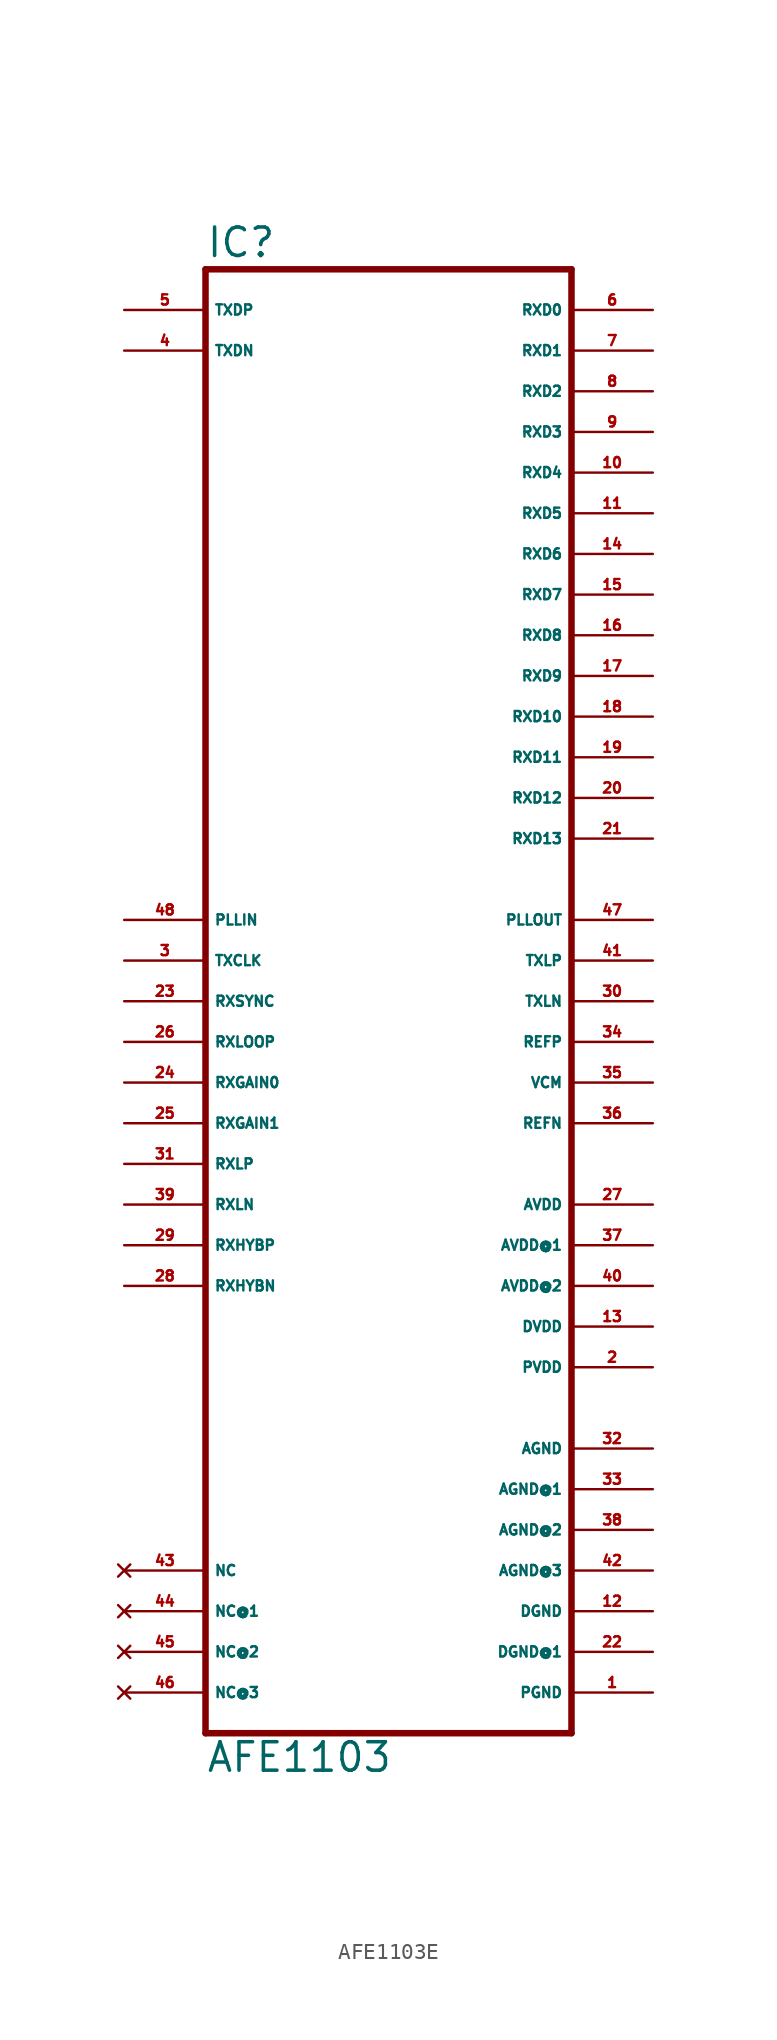
<source format=kicad_sym>
(kicad_symbol_lib
  (version 20220914)
  (generator Eagle2Kicad)
  (symbol "AFE1103E"
    (property "Reference" "IC"
      (at -12.7 46.355 0)
      (effects (font (size 1.778 1.778) (thickness 0.22)) (justify left bottom)))
    (property "Value" "AFE1103"
      (at -12.7 -48.26 0)
      (effects (font (size 1.778 1.778) (thickness 0.22)) (justify left bottom)))
    (polyline
      (pts (xy -12.7 -45.72) (xy 10.16 -45.72))
      (stroke (width 0.406) (type default))
      (fill (type none)))
    (polyline
      (pts (xy 10.16 -45.72) (xy 10.16 45.72))
      (stroke (width 0.406) (type default))
      (fill (type none)))
    (polyline
      (pts (xy 10.16 45.72) (xy -12.7 45.72))
      (stroke (width 0.406) (type default))
      (fill (type none)))
    (polyline
      (pts (xy -12.7 45.72) (xy -12.7 -45.72))
      (stroke (width 0.406) (type default))
      (fill (type none)))
    (pin input line
      (at -17.78 5.08 0)
      (length 5.08)
      (name "PLLIN" (effects (font (size 0.635 0.635) (thickness 0.08)) (justify left bottom)))
      (number "48" (effects (font (size 0.635 0.635) (thickness 0.08)) (justify left bottom))))
    (pin input line
      (at -17.78 43.18 0)
      (length 5.08)
      (name "TXDP" (effects (font (size 0.635 0.635) (thickness 0.08)) (justify left bottom)))
      (number "5" (effects (font (size 0.635 0.635) (thickness 0.08)) (justify left bottom))))
    (pin input line
      (at -17.78 40.64 0)
      (length 5.08)
      (name "TXDN" (effects (font (size 0.635 0.635) (thickness 0.08)) (justify left bottom)))
      (number "4" (effects (font (size 0.635 0.635) (thickness 0.08)) (justify left bottom))))
    (pin input line
      (at -17.78 2.54 0)
      (length 5.08)
      (name "TXCLK" (effects (font (size 0.635 0.635) (thickness 0.08)) (justify left bottom)))
      (number "3" (effects (font (size 0.635 0.635) (thickness 0.08)) (justify left bottom))))
    (pin input line
      (at -17.78 0 0)
      (length 5.08)
      (name "RXSYNC" (effects (font (size 0.635 0.635) (thickness 0.08)) (justify left bottom)))
      (number "23" (effects (font (size 0.635 0.635) (thickness 0.08)) (justify left bottom))))
    (pin input line
      (at -17.78 -2.54 0)
      (length 5.08)
      (name "RXLOOP" (effects (font (size 0.635 0.635) (thickness 0.08)) (justify left bottom)))
      (number "26" (effects (font (size 0.635 0.635) (thickness 0.08)) (justify left bottom))))
    (pin input line
      (at -17.78 -5.08 0)
      (length 5.08)
      (name "RXGAIN0" (effects (font (size 0.635 0.635) (thickness 0.08)) (justify left bottom)))
      (number "24" (effects (font (size 0.635 0.635) (thickness 0.08)) (justify left bottom))))
    (pin input line
      (at -17.78 -7.62 0)
      (length 5.08)
      (name "RXGAIN1" (effects (font (size 0.635 0.635) (thickness 0.08)) (justify left bottom)))
      (number "25" (effects (font (size 0.635 0.635) (thickness 0.08)) (justify left bottom))))
    (pin input line
      (at -17.78 -10.16 0)
      (length 5.08)
      (name "RXLP" (effects (font (size 0.635 0.635) (thickness 0.08)) (justify left bottom)))
      (number "31" (effects (font (size 0.635 0.635) (thickness 0.08)) (justify left bottom))))
    (pin input line
      (at -17.78 -12.7 0)
      (length 5.08)
      (name "RXLN" (effects (font (size 0.635 0.635) (thickness 0.08)) (justify left bottom)))
      (number "39" (effects (font (size 0.635 0.635) (thickness 0.08)) (justify left bottom))))
    (pin input line
      (at -17.78 -15.24 0)
      (length 5.08)
      (name "RXHYBP" (effects (font (size 0.635 0.635) (thickness 0.08)) (justify left bottom)))
      (number "29" (effects (font (size 0.635 0.635) (thickness 0.08)) (justify left bottom))))
    (pin input line
      (at -17.78 -17.78 0)
      (length 5.08)
      (name "RXHYBN" (effects (font (size 0.635 0.635) (thickness 0.08)) (justify left bottom)))
      (number "28" (effects (font (size 0.635 0.635) (thickness 0.08)) (justify left bottom))))
    (pin output line
      (at 15.24 43.18 180)
      (length 5.08)
      (name "RXD0" (effects (font (size 0.635 0.635) (thickness 0.08)) (justify left bottom)))
      (number "6" (effects (font (size 0.635 0.635) (thickness 0.08)) (justify left bottom))))
    (pin output line
      (at 15.24 40.64 180)
      (length 5.08)
      (name "RXD1" (effects (font (size 0.635 0.635) (thickness 0.08)) (justify left bottom)))
      (number "7" (effects (font (size 0.635 0.635) (thickness 0.08)) (justify left bottom))))
    (pin output line
      (at 15.24 38.1 180)
      (length 5.08)
      (name "RXD2" (effects (font (size 0.635 0.635) (thickness 0.08)) (justify left bottom)))
      (number "8" (effects (font (size 0.635 0.635) (thickness 0.08)) (justify left bottom))))
    (pin output line
      (at 15.24 35.56 180)
      (length 5.08)
      (name "RXD3" (effects (font (size 0.635 0.635) (thickness 0.08)) (justify left bottom)))
      (number "9" (effects (font (size 0.635 0.635) (thickness 0.08)) (justify left bottom))))
    (pin output line
      (at 15.24 33.02 180)
      (length 5.08)
      (name "RXD4" (effects (font (size 0.635 0.635) (thickness 0.08)) (justify left bottom)))
      (number "10" (effects (font (size 0.635 0.635) (thickness 0.08)) (justify left bottom))))
    (pin output line
      (at 15.24 30.48 180)
      (length 5.08)
      (name "RXD5" (effects (font (size 0.635 0.635) (thickness 0.08)) (justify left bottom)))
      (number "11" (effects (font (size 0.635 0.635) (thickness 0.08)) (justify left bottom))))
    (pin output line
      (at 15.24 27.94 180)
      (length 5.08)
      (name "RXD6" (effects (font (size 0.635 0.635) (thickness 0.08)) (justify left bottom)))
      (number "14" (effects (font (size 0.635 0.635) (thickness 0.08)) (justify left bottom))))
    (pin output line
      (at 15.24 25.4 180)
      (length 5.08)
      (name "RXD7" (effects (font (size 0.635 0.635) (thickness 0.08)) (justify left bottom)))
      (number "15" (effects (font (size 0.635 0.635) (thickness 0.08)) (justify left bottom))))
    (pin output line
      (at 15.24 22.86 180)
      (length 5.08)
      (name "RXD8" (effects (font (size 0.635 0.635) (thickness 0.08)) (justify left bottom)))
      (number "16" (effects (font (size 0.635 0.635) (thickness 0.08)) (justify left bottom))))
    (pin output line
      (at 15.24 20.32 180)
      (length 5.08)
      (name "RXD9" (effects (font (size 0.635 0.635) (thickness 0.08)) (justify left bottom)))
      (number "17" (effects (font (size 0.635 0.635) (thickness 0.08)) (justify left bottom))))
    (pin output line
      (at 15.24 17.78 180)
      (length 5.08)
      (name "RXD10" (effects (font (size 0.635 0.635) (thickness 0.08)) (justify left bottom)))
      (number "18" (effects (font (size 0.635 0.635) (thickness 0.08)) (justify left bottom))))
    (pin output line
      (at 15.24 15.24 180)
      (length 5.08)
      (name "RXD11" (effects (font (size 0.635 0.635) (thickness 0.08)) (justify left bottom)))
      (number "19" (effects (font (size 0.635 0.635) (thickness 0.08)) (justify left bottom))))
    (pin output line
      (at 15.24 12.7 180)
      (length 5.08)
      (name "RXD12" (effects (font (size 0.635 0.635) (thickness 0.08)) (justify left bottom)))
      (number "20" (effects (font (size 0.635 0.635) (thickness 0.08)) (justify left bottom))))
    (pin output line
      (at 15.24 10.16 180)
      (length 5.08)
      (name "RXD13" (effects (font (size 0.635 0.635) (thickness 0.08)) (justify left bottom)))
      (number "21" (effects (font (size 0.635 0.635) (thickness 0.08)) (justify left bottom))))
    (pin output line
      (at 15.24 5.08 180)
      (length 5.08)
      (name "PLLOUT" (effects (font (size 0.635 0.635) (thickness 0.08)) (justify left bottom)))
      (number "47" (effects (font (size 0.635 0.635) (thickness 0.08)) (justify left bottom))))
    (pin output line
      (at 15.24 2.54 180)
      (length 5.08)
      (name "TXLP" (effects (font (size 0.635 0.635) (thickness 0.08)) (justify left bottom)))
      (number "41" (effects (font (size 0.635 0.635) (thickness 0.08)) (justify left bottom))))
    (pin output line
      (at 15.24 -2.54 180)
      (length 5.08)
      (name "REFP" (effects (font (size 0.635 0.635) (thickness 0.08)) (justify left bottom)))
      (number "34" (effects (font (size 0.635 0.635) (thickness 0.08)) (justify left bottom))))
    (pin output line
      (at 15.24 0 180)
      (length 5.08)
      (name "TXLN" (effects (font (size 0.635 0.635) (thickness 0.08)) (justify left bottom)))
      (number "30" (effects (font (size 0.635 0.635) (thickness 0.08)) (justify left bottom))))
    (pin output line
      (at 15.24 -5.08 180)
      (length 5.08)
      (name "VCM" (effects (font (size 0.635 0.635) (thickness 0.08)) (justify left bottom)))
      (number "35" (effects (font (size 0.635 0.635) (thickness 0.08)) (justify left bottom))))
    (pin output line
      (at 15.24 -7.62 180)
      (length 5.08)
      (name "REFN" (effects (font (size 0.635 0.635) (thickness 0.08)) (justify left bottom)))
      (number "36" (effects (font (size 0.635 0.635) (thickness 0.08)) (justify left bottom))))
    (pin unspecified line
      (at 15.24 -12.7 180)
      (length 5.08)
      (name "AVDD" (effects (font (size 0.635 0.635) (thickness 0.08)) (justify left bottom)))
      (number "27" (effects (font (size 0.635 0.635) (thickness 0.08)) (justify left bottom))))
    (pin unspecified line
      (at 15.24 -15.24 180)
      (length 5.08)
      (name "AVDD@1" (effects (font (size 0.635 0.635) (thickness 0.08)) (justify left bottom)))
      (number "37" (effects (font (size 0.635 0.635) (thickness 0.08)) (justify left bottom))))
    (pin unspecified line
      (at 15.24 -20.32 180)
      (length 5.08)
      (name "DVDD" (effects (font (size 0.635 0.635) (thickness 0.08)) (justify left bottom)))
      (number "13" (effects (font (size 0.635 0.635) (thickness 0.08)) (justify left bottom))))
    (pin unspecified line
      (at 15.24 -22.86 180)
      (length 5.08)
      (name "PVDD" (effects (font (size 0.635 0.635) (thickness 0.08)) (justify left bottom)))
      (number "2" (effects (font (size 0.635 0.635) (thickness 0.08)) (justify left bottom))))
    (pin unspecified line
      (at 15.24 -27.94 180)
      (length 5.08)
      (name "AGND" (effects (font (size 0.635 0.635) (thickness 0.08)) (justify left bottom)))
      (number "32" (effects (font (size 0.635 0.635) (thickness 0.08)) (justify left bottom))))
    (pin unspecified line
      (at 15.24 -30.48 180)
      (length 5.08)
      (name "AGND@1" (effects (font (size 0.635 0.635) (thickness 0.08)) (justify left bottom)))
      (number "33" (effects (font (size 0.635 0.635) (thickness 0.08)) (justify left bottom))))
    (pin unspecified line
      (at 15.24 -33.02 180)
      (length 5.08)
      (name "AGND@2" (effects (font (size 0.635 0.635) (thickness 0.08)) (justify left bottom)))
      (number "38" (effects (font (size 0.635 0.635) (thickness 0.08)) (justify left bottom))))
    (pin unspecified line
      (at 15.24 -35.56 180)
      (length 5.08)
      (name "AGND@3" (effects (font (size 0.635 0.635) (thickness 0.08)) (justify left bottom)))
      (number "42" (effects (font (size 0.635 0.635) (thickness 0.08)) (justify left bottom))))
    (pin unspecified line
      (at 15.24 -38.1 180)
      (length 5.08)
      (name "DGND" (effects (font (size 0.635 0.635) (thickness 0.08)) (justify left bottom)))
      (number "12" (effects (font (size 0.635 0.635) (thickness 0.08)) (justify left bottom))))
    (pin unspecified line
      (at 15.24 -40.64 180)
      (length 5.08)
      (name "DGND@1" (effects (font (size 0.635 0.635) (thickness 0.08)) (justify left bottom)))
      (number "22" (effects (font (size 0.635 0.635) (thickness 0.08)) (justify left bottom))))
    (pin unspecified line
      (at 15.24 -43.18 180)
      (length 5.08)
      (name "PGND" (effects (font (size 0.635 0.635) (thickness 0.08)) (justify left bottom)))
      (number "1" (effects (font (size 0.635 0.635) (thickness 0.08)) (justify left bottom))))
    (pin no_connect line
      (at -17.78 -35.56 0)
      (length 5.08)
      (name "NC" (effects (font (size 0.635 0.635) (thickness 0.08)) (justify left bottom) hide))
      (number "43" (effects (font (size 0.635 0.635) (thickness 0.08)) (justify left bottom) hide)))
    (pin no_connect line
      (at -17.78 -38.1 0)
      (length 5.08)
      (name "NC@1" (effects (font (size 0.635 0.635) (thickness 0.08)) (justify left bottom) hide))
      (number "44" (effects (font (size 0.635 0.635) (thickness 0.08)) (justify left bottom) hide)))
    (pin no_connect line
      (at -17.78 -40.64 0)
      (length 5.08)
      (name "NC@2" (effects (font (size 0.635 0.635) (thickness 0.08)) (justify left bottom) hide))
      (number "45" (effects (font (size 0.635 0.635) (thickness 0.08)) (justify left bottom) hide)))
    (pin no_connect line
      (at -17.78 -43.18 0)
      (length 5.08)
      (name "NC@3" (effects (font (size 0.635 0.635) (thickness 0.08)) (justify left bottom) hide))
      (number "46" (effects (font (size 0.635 0.635) (thickness 0.08)) (justify left bottom) hide)))
    (pin unspecified line
      (at 15.24 -17.78 180)
      (length 5.08)
      (name "AVDD@2" (effects (font (size 0.635 0.635) (thickness 0.08)) (justify left bottom)))
      (number "40" (effects (font (size 0.635 0.635) (thickness 0.08)) (justify left bottom))))))
</source>
